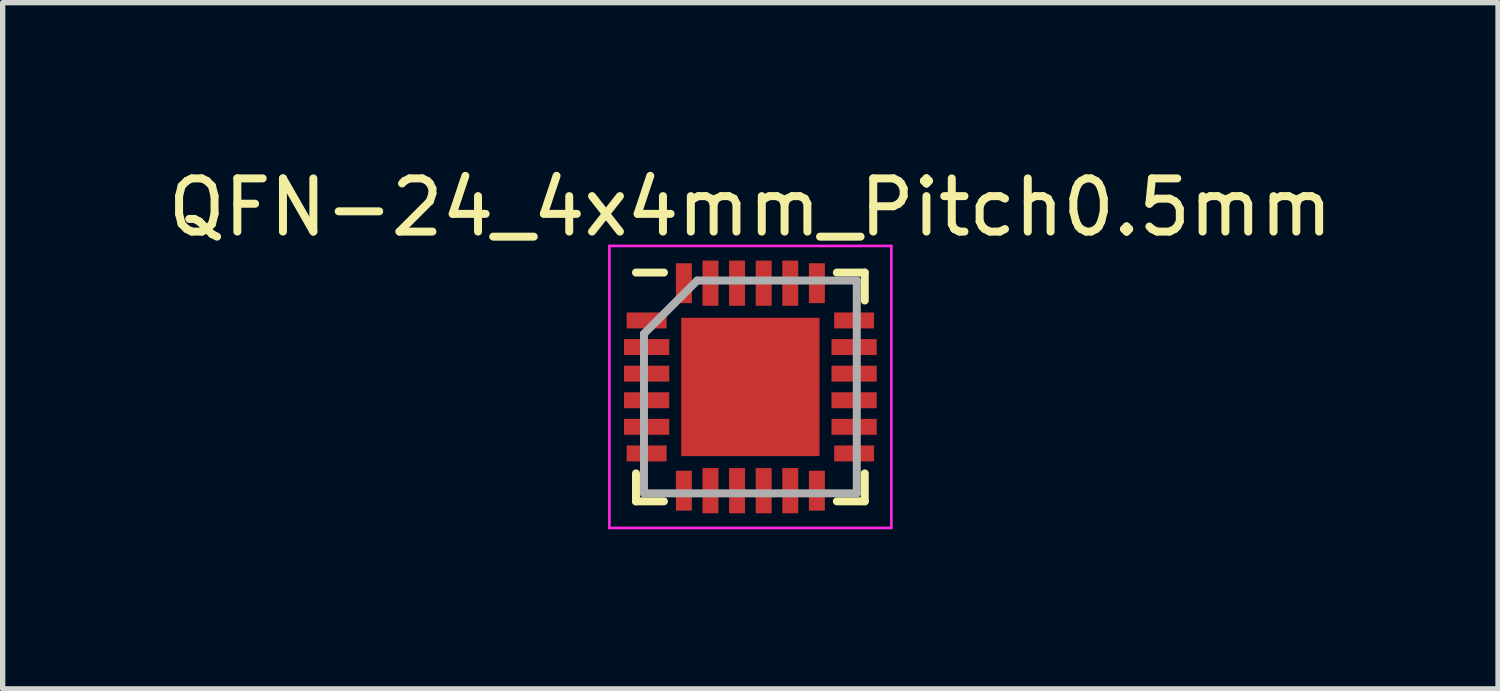
<source format=kicad_pcb>
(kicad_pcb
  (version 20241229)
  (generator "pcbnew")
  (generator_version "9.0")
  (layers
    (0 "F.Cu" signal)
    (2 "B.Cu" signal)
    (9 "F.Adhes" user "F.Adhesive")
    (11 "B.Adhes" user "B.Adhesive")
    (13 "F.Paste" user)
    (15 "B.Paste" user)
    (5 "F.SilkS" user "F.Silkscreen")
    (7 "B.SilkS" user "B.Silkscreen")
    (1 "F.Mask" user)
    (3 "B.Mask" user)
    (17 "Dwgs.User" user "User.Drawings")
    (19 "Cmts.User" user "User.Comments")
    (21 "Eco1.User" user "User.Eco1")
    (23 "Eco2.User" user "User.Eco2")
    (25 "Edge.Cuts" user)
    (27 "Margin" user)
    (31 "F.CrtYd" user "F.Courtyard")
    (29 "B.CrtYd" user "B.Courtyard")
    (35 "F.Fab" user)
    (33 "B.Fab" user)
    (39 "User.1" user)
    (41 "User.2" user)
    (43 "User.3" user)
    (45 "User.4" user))
  (footprint "QFN-24_4x4mm_Pitch0.5mm"
    (layer "F.Cu")
    (at 11.054 4.223)
    (property "Reference" "QFN-24_4x4mm_Pitch0.5mm" (at 0 -3.375 0) (layer "F.SilkS") (effects (font (size 1 1) (thickness 0.15))))
    (attr smd)
    (fp_line (start -2.15 -2.15) (end -1.625 -2.15) (stroke (width 0.15) (type solid)) (layer "F.SilkS"))
    (fp_line (start -2.15 2.15) (end -2.15 1.625) (stroke (width 0.15) (type solid)) (layer "F.SilkS"))
    (fp_line (start -2.15 2.15) (end -1.625 2.15) (stroke (width 0.15) (type solid)) (layer "F.SilkS"))
    (fp_line (start 2.15 -2.15) (end 1.625 -2.15) (stroke (width 0.15) (type solid)) (layer "F.SilkS"))
    (fp_line (start 2.15 -2.15) (end 2.15 -1.625) (stroke (width 0.15) (type solid)) (layer "F.SilkS"))
    (fp_line (start 2.15 2.15) (end 1.625 2.15) (stroke (width 0.15) (type solid)) (layer "F.SilkS"))
    (fp_line (start 2.15 2.15) (end 2.15 1.625) (stroke (width 0.15) (type solid)) (layer "F.SilkS"))
    (fp_line (start -2.65 -2.65) (end -2.65 2.65) (stroke (width 0.05) (type solid)) (layer "F.CrtYd"))
    (fp_line (start -2.65 -2.65) (end 2.65 -2.65) (stroke (width 0.05) (type solid)) (layer "F.CrtYd"))
    (fp_line (start -2.65 2.65) (end 2.65 2.65) (stroke (width 0.05) (type solid)) (layer "F.CrtYd"))
    (fp_line (start 2.65 -2.65) (end 2.65 2.65) (stroke (width 0.05) (type solid)) (layer "F.CrtYd"))
    (fp_line (start -2 -1) (end -1 -2) (stroke (width 0.15) (type solid)) (layer "F.Fab"))
    (fp_line (start -2 2) (end -2 -1) (stroke (width 0.15) (type solid)) (layer "F.Fab"))
    (fp_line (start -1 -2) (end 2 -2) (stroke (width 0.15) (type solid)) (layer "F.Fab"))
    (fp_line (start 2 -2) (end 2 2) (stroke (width 0.15) (type solid)) (layer "F.Fab"))
    (fp_line (start 2 2) (end -2 2) (stroke (width 0.15) (type solid)) (layer "F.Fab"))
    (pad "1" smd rect (at -1.95 -1.25) (size 0.75 0.3) (layers "F.Cu" "F.Mask" "F.Paste"))
    (pad "2" smd rect (at -1.95 -0.75) (size 0.85 0.3) (layers "F.Cu" "F.Mask" "F.Paste"))
    (pad "3" smd rect (at -1.95 -0.25) (size 0.85 0.3) (layers "F.Cu" "F.Mask" "F.Paste"))
    (pad "4" smd rect (at -1.95 0.25) (size 0.85 0.3) (layers "F.Cu" "F.Mask" "F.Paste"))
    (pad "5" smd rect (at -1.95 0.75) (size 0.85 0.3) (layers "F.Cu" "F.Mask" "F.Paste"))
    (pad "6" smd rect (at -1.95 1.25) (size 0.75 0.3) (layers "F.Cu" "F.Mask" "F.Paste"))
    (pad "7" smd rect (at -1.25 1.95 90) (size 0.75 0.3) (layers "F.Cu" "F.Mask" "F.Paste"))
    (pad "8" smd rect (at -0.75 1.95 90) (size 0.85 0.3) (layers "F.Cu" "F.Mask" "F.Paste"))
    (pad "9" smd rect (at -0.25 1.95 90) (size 0.85 0.3) (layers "F.Cu" "F.Mask" "F.Paste"))
    (pad "10" smd rect (at 0.25 1.95 90) (size 0.85 0.3) (layers "F.Cu" "F.Mask" "F.Paste"))
    (pad "11" smd rect (at 0.75 1.95 90) (size 0.85 0.3) (layers "F.Cu" "F.Mask" "F.Paste"))
    (pad "12" smd rect (at 1.25 1.95 90) (size 0.75 0.3) (layers "F.Cu" "F.Mask" "F.Paste"))
    (pad "13" smd rect (at 1.95 1.25) (size 0.75 0.3) (layers "F.Cu" "F.Mask" "F.Paste"))
    (pad "14" smd rect (at 1.95 0.75) (size 0.85 0.3) (layers "F.Cu" "F.Mask" "F.Paste"))
    (pad "15" smd rect (at 1.95 0.25) (size 0.85 0.3) (layers "F.Cu" "F.Mask" "F.Paste"))
    (pad "16" smd rect (at 1.95 -0.25) (size 0.85 0.3) (layers "F.Cu" "F.Mask" "F.Paste"))
    (pad "17" smd rect (at 1.95 -0.75) (size 0.85 0.3) (layers "F.Cu" "F.Mask" "F.Paste"))
    (pad "18" smd rect (at 1.95 -1.25) (size 0.75 0.3) (layers "F.Cu" "F.Mask" "F.Paste"))
    (pad "19" smd rect (at 1.25 -1.95 90) (size 0.75 0.3) (layers "F.Cu" "F.Mask" "F.Paste"))
    (pad "20" smd rect (at 0.75 -1.95 90) (size 0.85 0.3) (layers "F.Cu" "F.Mask" "F.Paste"))
    (pad "21" smd rect (at 0.25 -1.95 90) (size 0.85 0.3) (layers "F.Cu" "F.Mask" "F.Paste"))
    (pad "22" smd rect (at -0.25 -1.95 90) (size 0.85 0.3) (layers "F.Cu" "F.Mask" "F.Paste"))
    (pad "23" smd rect (at -0.75 -1.95 90) (size 0.85 0.3) (layers "F.Cu" "F.Mask" "F.Paste"))
    (pad "24" smd rect (at -1.25 -1.95 90) (size 0.75 0.3) (layers "F.Cu" "F.Mask" "F.Paste"))
    (pad "25" smd rect (at 0 0) (size 2.6 2.6) (layers "F.Cu" "F.Mask")))
  (gr_rect
    (start -3 -3)
    (end 25.107 9.898)
    (stroke (width 0.1) (type default))
    (fill no)
    (layer "Edge.Cuts")))
</source>
